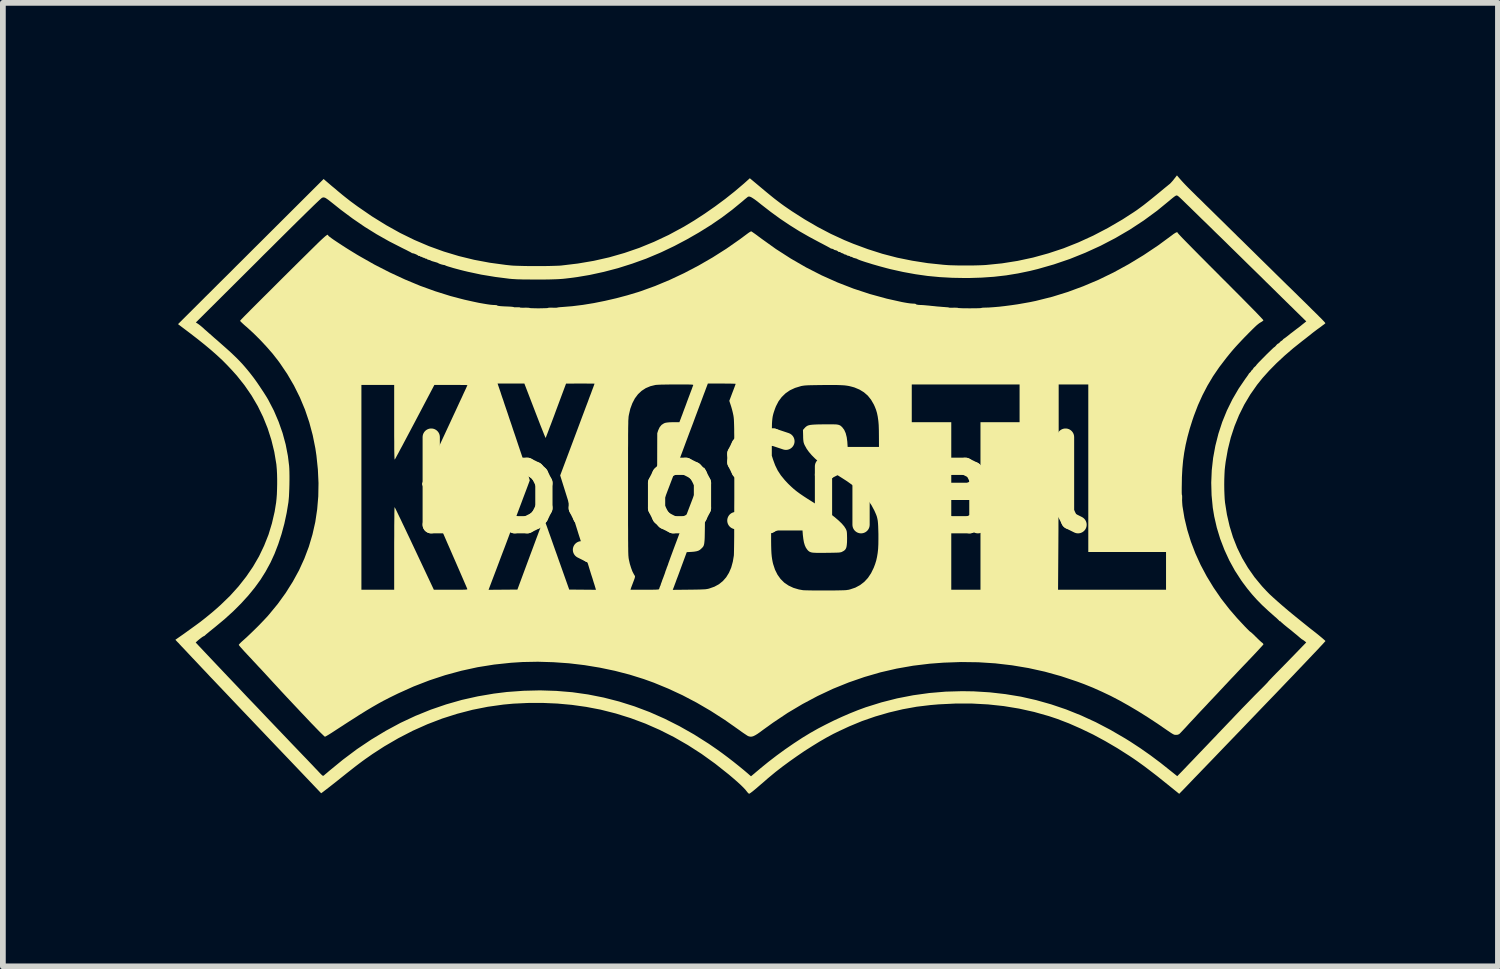
<source format=kicad_pcb>
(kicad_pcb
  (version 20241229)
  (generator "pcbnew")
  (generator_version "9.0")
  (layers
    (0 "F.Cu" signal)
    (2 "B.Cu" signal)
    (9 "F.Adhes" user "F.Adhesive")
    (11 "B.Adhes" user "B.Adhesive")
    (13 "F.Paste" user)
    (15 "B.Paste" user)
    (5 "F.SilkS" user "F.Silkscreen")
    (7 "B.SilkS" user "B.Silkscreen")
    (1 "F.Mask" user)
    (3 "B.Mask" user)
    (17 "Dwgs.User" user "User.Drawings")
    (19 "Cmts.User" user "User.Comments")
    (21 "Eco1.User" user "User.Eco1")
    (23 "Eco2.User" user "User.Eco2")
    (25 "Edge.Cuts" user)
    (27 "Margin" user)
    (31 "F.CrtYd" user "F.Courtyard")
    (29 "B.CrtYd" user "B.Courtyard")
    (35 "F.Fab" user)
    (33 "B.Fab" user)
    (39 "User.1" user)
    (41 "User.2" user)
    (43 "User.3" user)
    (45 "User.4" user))
  (footprint "LogoSmall"
    (layer "F.Cu")
    (at 10.001 5.386)
    (property "Reference" "LogoSmall" (at 0 0 0) (layer "F.SilkS") (effects (font (size 1.524 1.524) (thickness 0.3))))
    (attr board_only exclude_from_pos_files exclude_from_bom)
    (fp_poly (pts (xy 7.436 -5.363) (xy 7.466 -5.328) (xy 7.497 -5.293) (xy 7.53 -5.257) (xy 7.567 -5.218) (xy 7.609 -5.175) (xy 7.658 -5.126) (xy 7.716 -5.069) (xy 7.769 -5.016) (xy 7.809 -4.978) (xy 7.858 -4.93) (xy 7.915 -4.873) (xy 7.98 -4.81) (xy 8.05 -4.741) (xy 8.125 -4.667) (xy 8.203 -4.591) (xy 8.283 -4.512) (xy 8.363 -4.433) (xy 8.442 -4.356) (xy 8.465 -4.332) (xy 8.552 -4.248) (xy 8.645 -4.156) (xy 8.743 -4.06) (xy 8.843 -3.961) (xy 8.945 -3.861) (xy 9.045 -3.763) (xy 9.141 -3.668) (xy 9.233 -3.578) (xy 9.316 -3.496) (xy 9.372 -3.442) (xy 9.47 -3.346) (xy 9.557 -3.26) (xy 9.635 -3.184) (xy 9.703 -3.117) (xy 9.762 -3.058) (xy 9.813 -3.008) (xy 9.857 -2.965) (xy 9.893 -2.928) (xy 9.923 -2.899) (xy 9.947 -2.874) (xy 9.965 -2.855) (xy 9.979 -2.84) (xy 9.988 -2.829) (xy 9.994 -2.822) (xy 9.997 -2.817) (xy 9.998 -2.814) (xy 9.997 -2.814) (xy 9.99 -2.807) (xy 9.972 -2.793) (xy 9.946 -2.774) (xy 9.915 -2.75) (xy 9.901 -2.74) (xy 9.862 -2.712) (xy 9.822 -2.682) (xy 9.785 -2.654) (xy 9.757 -2.632) (xy 9.754 -2.629) (xy 9.728 -2.608) (xy 9.693 -2.581) (xy 9.654 -2.55) (xy 9.614 -2.519) (xy 9.602 -2.51) (xy 9.44 -2.381) (xy 9.288 -2.25) (xy 9.148 -2.12) (xy 9.021 -1.991) (xy 8.906 -1.863) (xy 8.811 -1.745) (xy 8.692 -1.575) (xy 8.587 -1.399) (xy 8.496 -1.216) (xy 8.418 -1.025) (xy 8.353 -0.827) (xy 8.302 -0.621) (xy 8.264 -0.406) (xy 8.254 -0.328) (xy 8.247 -0.262) (xy 8.243 -0.184) (xy 8.24 -0.099) (xy 8.239 -0.01) (xy 8.24 0.079) (xy 8.243 0.164) (xy 8.247 0.242) (xy 8.253 0.305) (xy 8.286 0.513) (xy 8.332 0.713) (xy 8.391 0.906) (xy 8.464 1.091) (xy 8.551 1.269) (xy 8.652 1.439) (xy 8.766 1.602) (xy 8.894 1.757) (xy 8.973 1.842) (xy 9.025 1.895) (xy 9.09 1.955) (xy 9.166 2.023) (xy 9.254 2.1) (xy 9.354 2.185) (xy 9.467 2.278) (xy 9.592 2.379) (xy 9.73 2.49) (xy 9.825 2.564) (xy 9.87 2.6) (xy 9.91 2.633) (xy 9.945 2.662) (xy 9.972 2.686) (xy 9.991 2.703) (xy 9.999 2.711) (xy 9.999 2.712) (xy 9.994 2.719) (xy 9.978 2.736) (xy 9.953 2.764) (xy 9.917 2.802) (xy 9.873 2.85) (xy 9.819 2.907) (xy 9.757 2.972) (xy 9.687 3.046) (xy 9.609 3.128) (xy 9.524 3.217) (xy 9.432 3.314) (xy 9.333 3.417) (xy 9.229 3.526) (xy 9.118 3.642) (xy 9.002 3.762) (xy 8.881 3.888) (xy 8.766 4.008) (xy 8.65 4.129) (xy 8.538 4.246) (xy 8.428 4.36) (xy 8.322 4.47) (xy 8.22 4.576) (xy 8.122 4.678) (xy 8.03 4.774) (xy 7.943 4.864) (xy 7.862 4.948) (xy 7.788 5.025) (xy 7.721 5.094) (xy 7.662 5.156) (xy 7.611 5.209) (xy 7.568 5.254) (xy 7.534 5.289) (xy 7.51 5.314) (xy 7.496 5.328) (xy 7.493 5.331) (xy 7.456 5.369) (xy 7.254 5.206) (xy 7.158 5.129) (xy 7.072 5.06) (xy 6.994 5) (xy 6.922 4.945) (xy 6.855 4.894) (xy 6.79 4.847) (xy 6.726 4.801) (xy 6.661 4.756) (xy 6.592 4.71) (xy 6.586 4.706) (xy 6.38 4.575) (xy 6.17 4.452) (xy 5.959 4.338) (xy 5.747 4.236) (xy 5.538 4.144) (xy 5.332 4.065) (xy 5.188 4.017) (xy 4.933 3.945) (xy 4.672 3.887) (xy 4.404 3.843) (xy 4.131 3.814) (xy 3.852 3.799) (xy 3.566 3.799) (xy 3.275 3.813) (xy 3.133 3.825) (xy 2.892 3.854) (xy 2.649 3.898) (xy 2.408 3.955) (xy 2.171 4.024) (xy 1.94 4.104) (xy 1.718 4.196) (xy 1.668 4.219) (xy 1.63 4.237) (xy 1.591 4.255) (xy 1.557 4.271) (xy 1.547 4.275) (xy 1.439 4.328) (xy 1.322 4.391) (xy 1.199 4.462) (xy 1.071 4.541) (xy 0.94 4.624) (xy 0.81 4.713) (xy 0.681 4.804) (xy 0.556 4.896) (xy 0.436 4.989) (xy 0.325 5.081) (xy 0.301 5.101) (xy 0.268 5.13) (xy 0.228 5.165) (xy 0.183 5.203) (xy 0.138 5.242) (xy 0.108 5.268) (xy 0.071 5.299) (xy 0.038 5.326) (xy 0.01 5.347) (xy -0.011 5.362) (xy -0.022 5.367) (xy -0.022 5.368) (xy -0.035 5.361) (xy -0.052 5.343) (xy -0.067 5.324) (xy -0.09 5.295) (xy -0.125 5.258) (xy -0.172 5.212) (xy -0.23 5.159) (xy -0.299 5.099) (xy -0.378 5.032) (xy -0.383 5.028) (xy -0.615 4.844) (xy -0.85 4.675) (xy -1.089 4.521) (xy -1.331 4.382) (xy -1.577 4.258) (xy -1.827 4.148) (xy -2.082 4.053) (xy -2.341 3.972) (xy -2.606 3.905) (xy -2.616 3.903) (xy -2.857 3.857) (xy -3.106 3.822) (xy -3.36 3.799) (xy -3.616 3.788) (xy -3.873 3.789) (xy -4.126 3.801) (xy -4.297 3.817) (xy -4.568 3.855) (xy -4.835 3.908) (xy -5.1 3.977) (xy -5.361 4.06) (xy -5.619 4.159) (xy -5.872 4.272) (xy -6.122 4.401) (xy -6.368 4.544) (xy -6.575 4.678) (xy -6.636 4.721) (xy -6.695 4.762) (xy -6.753 4.804) (xy -6.813 4.849) (xy -6.876 4.897) (xy -6.946 4.952) (xy -7.025 5.014) (xy -7.051 5.035) (xy -7.129 5.097) (xy -7.2 5.154) (xy -7.265 5.205) (xy -7.321 5.249) (xy -7.369 5.286) (xy -7.407 5.315) (xy -7.434 5.336) (xy -7.442 5.342) (xy -7.466 5.359) (xy -8.044 4.752) (xy -8.196 4.593) (xy -8.338 4.444) (xy -8.47 4.305) (xy -8.593 4.176) (xy -8.708 4.055) (xy -8.815 3.943) (xy -8.915 3.838) (xy -9.008 3.74) (xy -9.095 3.648) (xy -9.177 3.562) (xy -9.254 3.481) (xy -9.327 3.404) (xy -9.397 3.331) (xy -9.463 3.26) (xy -9.527 3.193) (xy -9.589 3.127) (xy -9.65 3.062) (xy -9.711 2.998) (xy -9.771 2.934) (xy -9.832 2.869) (xy -9.895 2.803) (xy -9.955 2.738) (xy -9.648 2.738) (xy -9.459 2.938) (xy -9.27 3.138) (xy -9.09 3.328) (xy -8.915 3.512) (xy -8.746 3.691) (xy -8.578 3.866) (xy -8.411 4.042) (xy -8.243 4.218) (xy -8.07 4.399) (xy -8.067 4.402) (xy -7.992 4.481) (xy -7.919 4.557) (xy -7.849 4.63) (xy -7.782 4.7) (xy -7.72 4.764) (xy -7.664 4.823) (xy -7.614 4.875) (xy -7.572 4.92) (xy -7.537 4.956) (xy -7.512 4.983) (xy -7.496 5) (xy -7.494 5.002) (xy -7.468 5.029) (xy -7.45 5.046) (xy -7.437 5.055) (xy -7.429 5.056) (xy -7.424 5.053) (xy -7.413 5.045) (xy -7.394 5.028) (xy -7.367 5.006) (xy -7.337 4.98) (xy -7.329 4.973) (xy -7.087 4.775) (xy -6.843 4.592) (xy -6.594 4.425) (xy -6.342 4.273) (xy -6.086 4.135) (xy -5.825 4.013) (xy -5.561 3.906) (xy -5.293 3.814) (xy -5.02 3.736) (xy -4.743 3.674) (xy -4.462 3.626) (xy -4.235 3.598) (xy -3.945 3.577) (xy -3.659 3.57) (xy -3.377 3.579) (xy -3.099 3.602) (xy -2.824 3.641) (xy -2.552 3.695) (xy -2.283 3.764) (xy -2.017 3.848) (xy -1.754 3.947) (xy -1.494 4.062) (xy -1.236 4.192) (xy -0.98 4.337) (xy -0.726 4.498) (xy -0.578 4.6) (xy -0.488 4.665) (xy -0.393 4.736) (xy -0.296 4.811) (xy -0.202 4.886) (xy -0.114 4.958) (xy -0.048 5.014) (xy 0.009 5.064) (xy 0.031 5.046) (xy 0.044 5.035) (xy 0.066 5.017) (xy 0.096 4.991) (xy 0.131 4.962) (xy 0.17 4.929) (xy 0.177 4.923) (xy 0.311 4.814) (xy 0.454 4.704) (xy 0.602 4.596) (xy 0.753 4.492) (xy 0.901 4.395) (xy 1.044 4.308) (xy 1.055 4.302) (xy 1.177 4.233) (xy 1.31 4.164) (xy 1.449 4.095) (xy 1.59 4.03) (xy 1.731 3.969) (xy 1.868 3.914) (xy 1.996 3.867) (xy 2.004 3.864) (xy 2.276 3.779) (xy 2.551 3.709) (xy 2.829 3.655) (xy 3.11 3.616) (xy 3.393 3.592) (xy 3.679 3.584) (xy 3.883 3.587) (xy 4.16 3.604) (xy 4.433 3.635) (xy 4.702 3.679) (xy 4.967 3.739) (xy 5.229 3.813) (xy 5.489 3.901) (xy 5.748 4.005) (xy 6.005 4.123) (xy 6.261 4.257) (xy 6.517 4.406) (xy 6.607 4.462) (xy 6.782 4.577) (xy 6.956 4.699) (xy 7.131 4.83) (xy 7.283 4.951) (xy 7.422 5.062) (xy 7.511 4.971) (xy 7.529 4.952) (xy 7.557 4.923) (xy 7.594 4.884) (xy 7.639 4.837) (xy 7.692 4.782) (xy 7.75 4.721) (xy 7.814 4.654) (xy 7.883 4.582) (xy 7.955 4.507) (xy 8.029 4.429) (xy 8.106 4.349) (xy 8.125 4.328) (xy 8.218 4.231) (xy 8.301 4.144) (xy 8.375 4.067) (xy 8.44 3.998) (xy 8.499 3.937) (xy 8.55 3.883) (xy 8.596 3.836) (xy 8.638 3.793) (xy 8.675 3.755) (xy 8.709 3.72) (xy 8.74 3.688) (xy 8.77 3.657) (xy 8.8 3.627) (xy 8.83 3.597) (xy 8.86 3.567) (xy 8.893 3.534) (xy 8.899 3.528) (xy 8.931 3.496) (xy 8.959 3.467) (xy 8.981 3.444) (xy 8.996 3.428) (xy 9.001 3.422) (xy 9.006 3.415) (xy 9.021 3.399) (xy 9.044 3.374) (xy 9.073 3.344) (xy 9.108 3.308) (xy 9.135 3.28) (xy 9.175 3.24) (xy 9.222 3.192) (xy 9.276 3.137) (xy 9.332 3.08) (xy 9.389 3.021) (xy 9.444 2.965) (xy 9.468 2.94) (xy 9.665 2.736) (xy 9.636 2.712) (xy 9.617 2.698) (xy 9.604 2.689) (xy 9.6 2.688) (xy 9.592 2.683) (xy 9.575 2.67) (xy 9.552 2.651) (xy 9.53 2.632) (xy 9.502 2.608) (xy 9.465 2.578) (xy 9.424 2.544) (xy 9.38 2.508) (xy 9.348 2.483) (xy 9.311 2.453) (xy 9.278 2.426) (xy 9.252 2.403) (xy 9.233 2.387) (xy 9.225 2.378) (xy 9.225 2.378) (xy 9.213 2.368) (xy 9.207 2.367) (xy 9.197 2.363) (xy 9.196 2.36) (xy 9.19 2.353) (xy 9.175 2.338) (xy 9.152 2.316) (xy 9.123 2.291) (xy 9.116 2.285) (xy 9.001 2.183) (xy 8.898 2.087) (xy 8.805 1.992) (xy 8.719 1.896) (xy 8.639 1.798) (xy 8.561 1.694) (xy 8.534 1.656) (xy 8.425 1.488) (xy 8.327 1.31) (xy 8.242 1.125) (xy 8.169 0.935) (xy 8.11 0.741) (xy 8.065 0.545) (xy 8.04 0.395) (xy 8.019 0.176) (xy 8.013 -0.042) (xy 8.022 -0.258) (xy 8.046 -0.473) (xy 8.085 -0.685) (xy 8.138 -0.894) (xy 8.205 -1.099) (xy 8.286 -1.298) (xy 8.381 -1.491) (xy 8.49 -1.678) (xy 8.612 -1.857) (xy 8.615 -1.86) (xy 8.635 -1.888) (xy 8.652 -1.912) (xy 8.662 -1.928) (xy 8.665 -1.933) (xy 8.67 -1.942) (xy 8.684 -1.954) (xy 8.684 -1.955) (xy 8.698 -1.968) (xy 8.704 -1.978) (xy 8.704 -1.978) (xy 8.709 -1.988) (xy 8.723 -2.001) (xy 8.723 -2.002) (xy 8.737 -2.015) (xy 8.743 -2.026) (xy 8.743 -2.026) (xy 8.748 -2.036) (xy 8.763 -2.051) (xy 8.77 -2.057) (xy 8.787 -2.072) (xy 8.796 -2.084) (xy 8.797 -2.087) (xy 8.803 -2.094) (xy 8.818 -2.111) (xy 8.84 -2.135) (xy 8.869 -2.164) (xy 8.902 -2.198) (xy 8.937 -2.233) (xy 8.973 -2.27) (xy 9.008 -2.304) (xy 9.041 -2.336) (xy 9.069 -2.363) (xy 9.091 -2.384) (xy 9.105 -2.396) (xy 9.11 -2.399) (xy 9.118 -2.404) (xy 9.133 -2.419) (xy 9.142 -2.43) (xy 9.158 -2.448) (xy 9.172 -2.459) (xy 9.177 -2.461) (xy 9.188 -2.467) (xy 9.203 -2.48) (xy 9.206 -2.485) (xy 9.221 -2.5) (xy 9.232 -2.508) (xy 9.234 -2.508) (xy 9.244 -2.514) (xy 9.257 -2.527) (xy 9.257 -2.527) (xy 9.269 -2.541) (xy 9.278 -2.547) (xy 9.278 -2.547) (xy 9.286 -2.552) (xy 9.303 -2.564) (xy 9.328 -2.583) (xy 9.355 -2.604) (xy 9.389 -2.632) (xy 9.425 -2.659) (xy 9.456 -2.683) (xy 9.473 -2.696) (xy 9.499 -2.716) (xy 9.533 -2.741) (xy 9.569 -2.769) (xy 9.593 -2.789) (xy 9.666 -2.847) (xy 9.57 -2.941) (xy 9.55 -2.961) (xy 9.52 -2.99) (xy 9.48 -3.029) (xy 9.433 -3.076) (xy 9.378 -3.129) (xy 9.317 -3.189) (xy 9.251 -3.254) (xy 9.181 -3.323) (xy 9.107 -3.396) (xy 9.032 -3.47) (xy 8.965 -3.535) (xy 8.887 -3.613) (xy 8.804 -3.694) (xy 8.718 -3.778) (xy 8.629 -3.865) (xy 8.539 -3.954) (xy 8.447 -4.044) (xy 8.355 -4.134) (xy 8.264 -4.224) (xy 8.174 -4.312) (xy 8.085 -4.398) (xy 8 -4.482) (xy 7.918 -4.562) (xy 7.84 -4.637) (xy 7.768 -4.708) (xy 7.701 -4.773) (xy 7.641 -4.832) (xy 7.588 -4.883) (xy 7.544 -4.926) (xy 7.508 -4.961) (xy 7.482 -4.986) (xy 7.467 -5) (xy 7.443 -5.021) (xy 7.426 -5.033) (xy 7.413 -5.037) (xy 7.404 -5.036) (xy 7.391 -5.03) (xy 7.369 -5.015) (xy 7.341 -4.993) (xy 7.309 -4.967) (xy 7.293 -4.953) (xy 7.072 -4.772) (xy 6.84 -4.602) (xy 6.598 -4.443) (xy 6.348 -4.297) (xy 6.089 -4.162) (xy 5.824 -4.041) (xy 5.553 -3.932) (xy 5.277 -3.838) (xy 4.998 -3.758) (xy 4.86 -3.724) (xy 4.653 -3.681) (xy 4.446 -3.647) (xy 4.236 -3.623) (xy 4.019 -3.608) (xy 3.793 -3.601) (xy 3.735 -3.601) (xy 3.509 -3.605) (xy 3.293 -3.617) (xy 3.081 -3.637) (xy 2.87 -3.667) (xy 2.656 -3.706) (xy 2.435 -3.755) (xy 2.424 -3.758) (xy 2.369 -3.772) (xy 2.31 -3.788) (xy 2.247 -3.805) (xy 2.184 -3.823) (xy 2.121 -3.841) (xy 2.061 -3.86) (xy 2.005 -3.877) (xy 1.956 -3.893) (xy 1.915 -3.907) (xy 1.884 -3.919) (xy 1.864 -3.927) (xy 1.859 -3.931) (xy 1.85 -3.936) (xy 1.83 -3.942) (xy 1.814 -3.946) (xy 1.792 -3.952) (xy 1.777 -3.958) (xy 1.774 -3.962) (xy 1.767 -3.967) (xy 1.754 -3.969) (xy 1.739 -3.971) (xy 1.734 -3.976) (xy 1.728 -3.981) (xy 1.71 -3.986) (xy 1.703 -3.988) (xy 1.684 -3.992) (xy 1.673 -3.998) (xy 1.672 -4) (xy 1.665 -4.006) (xy 1.653 -4.008) (xy 1.633 -4.013) (xy 1.622 -4.02) (xy 1.607 -4.03) (xy 1.598 -4.031) (xy 1.582 -4.037) (xy 1.573 -4.043) (xy 1.556 -4.053) (xy 1.543 -4.055) (xy 1.528 -4.057) (xy 1.524 -4.061) (xy 1.517 -4.069) (xy 1.502 -4.078) (xy 1.483 -4.084) (xy 1.472 -4.086) (xy 1.457 -4.091) (xy 1.448 -4.098) (xy 1.431 -4.107) (xy 1.418 -4.11) (xy 1.399 -4.114) (xy 1.389 -4.12) (xy 1.38 -4.126) (xy 1.358 -4.138) (xy 1.327 -4.155) (xy 1.287 -4.176) (xy 1.242 -4.2) (xy 1.203 -4.22) (xy 1.022 -4.317) (xy 0.849 -4.416) (xy 0.683 -4.52) (xy 0.519 -4.63) (xy 0.354 -4.75) (xy 0.185 -4.881) (xy 0.174 -4.89) (xy 0.12 -4.933) (xy 0.076 -4.966) (xy 0.04 -4.99) (xy 0.012 -5.007) (xy -0.01 -5.016) (xy -0.027 -5.018) (xy -0.041 -5.015) (xy -0.044 -5.014) (xy -0.054 -5.006) (xy -0.074 -4.99) (xy -0.101 -4.968) (xy -0.132 -4.941) (xy -0.15 -4.926) (xy -0.318 -4.788) (xy -0.499 -4.652) (xy -0.692 -4.52) (xy -0.896 -4.393) (xy -1.107 -4.272) (xy -1.325 -4.157) (xy -1.547 -4.051) (xy -1.581 -4.036) (xy -1.814 -3.938) (xy -2.056 -3.851) (xy -2.302 -3.773) (xy -2.55 -3.708) (xy -2.798 -3.654) (xy -3.012 -3.618) (xy -3.083 -3.608) (xy -3.147 -3.6) (xy -3.206 -3.593) (xy -3.261 -3.587) (xy -3.317 -3.583) (xy -3.375 -3.58) (xy -3.438 -3.578) (xy -3.507 -3.576) (xy -3.587 -3.575) (xy -3.679 -3.575) (xy -3.715 -3.575) (xy -3.808 -3.575) (xy -3.886 -3.576) (xy -3.954 -3.576) (xy -4.011 -3.578) (xy -4.06 -3.579) (xy -4.104 -3.582) (xy -4.144 -3.584) (xy -4.182 -3.588) (xy -4.188 -3.588) (xy -4.438 -3.62) (xy -4.681 -3.66) (xy -4.915 -3.71) (xy -4.986 -3.727) (xy -5.049 -3.743) (xy -5.109 -3.759) (xy -5.165 -3.774) (xy -5.214 -3.789) (xy -5.255 -3.801) (xy -5.286 -3.811) (xy -5.304 -3.819) (xy -5.309 -3.821) (xy -5.322 -3.827) (xy -5.333 -3.828) (xy -5.349 -3.831) (xy -5.373 -3.837) (xy -5.398 -3.845) (xy -5.418 -3.853) (xy -5.43 -3.86) (xy -5.43 -3.86) (xy -5.439 -3.865) (xy -5.459 -3.872) (xy -5.487 -3.88) (xy -5.496 -3.883) (xy -5.526 -3.891) (xy -5.549 -3.899) (xy -5.561 -3.905) (xy -5.563 -3.906) (xy -5.572 -3.911) (xy -5.591 -3.916) (xy -5.596 -3.917) (xy -5.615 -3.923) (xy -5.625 -3.929) (xy -5.625 -3.93) (xy -5.632 -3.936) (xy -5.645 -3.938) (xy -5.66 -3.94) (xy -5.664 -3.946) (xy -5.671 -3.951) (xy -5.684 -3.953) (xy -5.699 -3.956) (xy -5.703 -3.961) (xy -5.71 -3.967) (xy -5.723 -3.969) (xy -5.738 -3.972) (xy -5.743 -3.977) (xy -5.749 -3.983) (xy -5.762 -3.985) (xy -5.777 -3.987) (xy -5.782 -3.991) (xy -5.788 -3.998) (xy -5.805 -4.007) (xy -5.827 -4.017) (xy -5.85 -4.026) (xy -5.869 -4.031) (xy -5.876 -4.031) (xy -5.889 -4.035) (xy -5.892 -4.038) (xy -5.9 -4.043) (xy -5.919 -4.054) (xy -5.949 -4.069) (xy -5.987 -4.089) (xy -6.03 -4.11) (xy -6.058 -4.124) (xy -6.283 -4.239) (xy -6.499 -4.361) (xy -6.71 -4.492) (xy -6.917 -4.634) (xy -7.124 -4.788) (xy -7.258 -4.895) (xy -7.305 -4.932) (xy -7.342 -4.961) (xy -7.371 -4.981) (xy -7.393 -4.995) (xy -7.411 -5.001) (xy -7.426 -5.003) (xy -7.441 -5) (xy -7.453 -4.995) (xy -7.462 -4.988) (xy -7.48 -4.972) (xy -7.508 -4.946) (xy -7.546 -4.91) (xy -7.593 -4.865) (xy -7.65 -4.809) (xy -7.717 -4.744) (xy -7.794 -4.668) (xy -7.882 -4.582) (xy -7.98 -4.485) (xy -8.088 -4.378) (xy -8.207 -4.26) (xy -8.336 -4.131) (xy -8.477 -3.992) (xy -8.564 -3.904) (xy -9.645 -2.828) (xy -9.61 -2.806) (xy -9.589 -2.791) (xy -9.561 -2.769) (xy -9.53 -2.743) (xy -9.512 -2.727) (xy -9.49 -2.706) (xy -9.457 -2.678) (xy -9.418 -2.643) (xy -9.373 -2.604) (xy -9.326 -2.562) (xy -9.278 -2.521) (xy -9.278 -2.521) (xy -9.191 -2.444) (xy -9.114 -2.376) (xy -9.046 -2.315) (xy -8.987 -2.259) (xy -8.933 -2.207) (xy -8.884 -2.157) (xy -8.838 -2.108) (xy -8.795 -2.059) (xy -8.751 -2.007) (xy -8.707 -1.953) (xy -8.678 -1.916) (xy -8.638 -1.864) (xy -8.594 -1.803) (xy -8.548 -1.736) (xy -8.502 -1.667) (xy -8.458 -1.6) (xy -8.418 -1.537) (xy -8.386 -1.483) (xy -8.384 -1.479) (xy -8.288 -1.294) (xy -8.206 -1.102) (xy -8.137 -0.906) (xy -8.083 -0.707) (xy -8.044 -0.505) (xy -8.023 -0.334) (xy -8.02 -0.287) (xy -8.018 -0.229) (xy -8.017 -0.161) (xy -8.017 -0.088) (xy -8.018 -0.012) (xy -8.02 0.063) (xy -8.023 0.135) (xy -8.026 0.201) (xy -8.031 0.256) (xy -8.035 0.297) (xy -8.066 0.485) (xy -8.106 0.671) (xy -8.155 0.852) (xy -8.212 1.027) (xy -8.276 1.193) (xy -8.346 1.346) (xy -8.353 1.359) (xy -8.432 1.504) (xy -8.521 1.646) (xy -8.622 1.785) (xy -8.734 1.922) (xy -8.858 2.058) (xy -8.995 2.195) (xy -9.146 2.332) (xy -9.312 2.47) (xy -9.368 2.515) (xy -9.404 2.544) (xy -9.436 2.571) (xy -9.462 2.592) (xy -9.48 2.608) (xy -9.487 2.615) (xy -9.498 2.624) (xy -9.502 2.625) (xy -9.513 2.63) (xy -9.533 2.642) (xy -9.557 2.66) (xy -9.583 2.68) (xy -9.607 2.7) (xy -9.623 2.714) (xy -9.648 2.738) (xy -9.955 2.738) (xy -9.959 2.734) (xy -9.96 2.734) (xy -10.001 2.69) (xy -9.858 2.59) (xy -9.751 2.513) (xy -9.654 2.443) (xy -9.567 2.379) (xy -9.488 2.317) (xy -9.414 2.257) (xy -9.343 2.198) (xy -9.273 2.137) (xy -9.213 2.083) (xy -9.05 1.925) (xy -8.903 1.762) (xy -8.77 1.593) (xy -8.651 1.419) (xy -8.547 1.24) (xy -8.458 1.054) (xy -8.382 0.863) (xy -8.322 0.666) (xy -8.275 0.463) (xy -8.249 0.303) (xy -8.242 0.237) (xy -8.236 0.159) (xy -8.233 0.073) (xy -8.231 -0.016) (xy -8.231 -0.106) (xy -8.233 -0.192) (xy -8.237 -0.272) (xy -8.243 -0.341) (xy -8.245 -0.363) (xy -8.281 -0.578) (xy -8.332 -0.786) (xy -8.397 -0.989) (xy -8.476 -1.185) (xy -8.569 -1.375) (xy -8.677 -1.559) (xy -8.799 -1.736) (xy -8.935 -1.907) (xy -8.938 -1.91) (xy -9.017 -1.998) (xy -9.099 -2.085) (xy -9.185 -2.172) (xy -9.279 -2.259) (xy -9.38 -2.348) (xy -9.49 -2.44) (xy -9.611 -2.537) (xy -9.743 -2.639) (xy -9.796 -2.679) (xy -9.955 -2.799) (xy -9.675 -3.078) (xy -9.639 -3.114) (xy -9.593 -3.16) (xy -9.537 -3.216) (xy -9.472 -3.281) (xy -9.399 -3.353) (xy -9.32 -3.432) (xy -9.234 -3.518) (xy -9.142 -3.609) (xy -9.045 -3.705) (xy -8.945 -3.806) (xy -8.841 -3.909) (xy -8.735 -4.015) (xy -8.628 -4.122) (xy -8.519 -4.23) (xy -8.411 -4.338) (xy -8.409 -4.34) (xy -7.423 -5.323) (xy -7.392 -5.296) (xy -7.336 -5.248) (xy -7.28 -5.2) (xy -7.225 -5.155) (xy -7.175 -5.112) (xy -7.13 -5.075) (xy -7.093 -5.044) (xy -7.065 -5.022) (xy -7.063 -5.02) (xy -7.021 -4.987) (xy -6.988 -4.961) (xy -6.96 -4.939) (xy -6.933 -4.919) (xy -6.904 -4.898) (xy -6.869 -4.872) (xy -6.829 -4.843) (xy -6.585 -4.675) (xy -6.34 -4.523) (xy -6.093 -4.385) (xy -5.844 -4.263) (xy -5.591 -4.155) (xy -5.334 -4.062) (xy -5.072 -3.983) (xy -4.806 -3.918) (xy -4.534 -3.867) (xy -4.255 -3.829) (xy -4.16 -3.819) (xy -4.119 -3.816) (xy -4.064 -3.814) (xy -3.998 -3.812) (xy -3.924 -3.81) (xy -3.844 -3.809) (xy -3.76 -3.809) (xy -3.675 -3.809) (xy -3.592 -3.809) (xy -3.513 -3.81) (xy -3.439 -3.812) (xy -3.375 -3.814) (xy -3.321 -3.816) (xy -3.285 -3.819) (xy -3.002 -3.853) (xy -2.725 -3.9) (xy -2.456 -3.961) (xy -2.191 -4.037) (xy -1.932 -4.126) (xy -1.676 -4.231) (xy -1.423 -4.35) (xy -1.173 -4.485) (xy -1.155 -4.495) (xy -0.979 -4.601) (xy -0.799 -4.718) (xy -0.618 -4.844) (xy -0.441 -4.975) (xy -0.27 -5.111) (xy -0.11 -5.247) (xy -0.031 -5.318) (xy -0.011 -5.336) (xy 0.196 -5.163) (xy 0.276 -5.096) (xy 0.347 -5.038) (xy 0.411 -4.986) (xy 0.471 -4.94) (xy 0.529 -4.896) (xy 0.587 -4.854) (xy 0.648 -4.812) (xy 0.714 -4.767) (xy 0.715 -4.766) (xy 0.942 -4.621) (xy 1.169 -4.489) (xy 1.398 -4.369) (xy 1.632 -4.261) (xy 1.787 -4.197) (xy 2.041 -4.103) (xy 2.295 -4.022) (xy 2.552 -3.955) (xy 2.814 -3.902) (xy 3.082 -3.86) (xy 3.359 -3.831) (xy 3.399 -3.828) (xy 3.454 -3.824) (xy 3.521 -3.822) (xy 3.598 -3.82) (xy 3.681 -3.819) (xy 3.766 -3.819) (xy 3.85 -3.819) (xy 3.931 -3.821) (xy 4.004 -3.823) (xy 4.067 -3.826) (xy 4.098 -3.828) (xy 4.374 -3.856) (xy 4.646 -3.899) (xy 4.915 -3.957) (xy 5.18 -4.03) (xy 5.443 -4.117) (xy 5.702 -4.22) (xy 5.96 -4.338) (xy 6.215 -4.471) (xy 6.469 -4.619) (xy 6.664 -4.745) (xy 6.719 -4.782) (xy 6.775 -4.823) (xy 6.836 -4.868) (xy 6.902 -4.92) (xy 6.976 -4.979) (xy 7.058 -5.046) (xy 7.097 -5.078) (xy 7.143 -5.116) (xy 7.185 -5.151) (xy 7.223 -5.182) (xy 7.254 -5.207) (xy 7.277 -5.226) (xy 7.29 -5.236) (xy 7.291 -5.237) (xy 7.305 -5.25) (xy 7.325 -5.272) (xy 7.349 -5.299) (xy 7.365 -5.32) (xy 7.417 -5.386)) (stroke (width 0) (type solid)) (fill yes) (layer "F.SilkS"))
    (fp_poly (pts (xy 0.024 -4.407) (xy 0.044 -4.393) (xy 0.073 -4.373) (xy 0.109 -4.347) (xy 0.15 -4.316) (xy 0.188 -4.288) (xy 0.442 -4.106) (xy 0.702 -3.939) (xy 0.967 -3.786) (xy 1.237 -3.648) (xy 1.512 -3.525) (xy 1.793 -3.416) (xy 2.079 -3.322) (xy 2.371 -3.242) (xy 2.636 -3.183) (xy 2.685 -3.174) (xy 2.732 -3.166) (xy 2.775 -3.16) (xy 2.808 -3.157) (xy 2.826 -3.156) (xy 2.852 -3.155) (xy 2.869 -3.152) (xy 2.875 -3.149) (xy 2.882 -3.142) (xy 2.902 -3.137) (xy 2.93 -3.133) (xy 2.964 -3.132) (xy 2.964 -3.132) (xy 2.985 -3.131) (xy 3.018 -3.129) (xy 3.06 -3.125) (xy 3.106 -3.121) (xy 3.141 -3.117) (xy 3.194 -3.112) (xy 3.249 -3.106) (xy 3.302 -3.102) (xy 3.347 -3.098) (xy 3.365 -3.097) (xy 3.4 -3.094) (xy 3.429 -3.092) (xy 3.447 -3.089) (xy 3.453 -3.087) (xy 3.461 -3.085) (xy 3.48 -3.084) (xy 3.509 -3.084) (xy 3.531 -3.085) (xy 3.564 -3.085) (xy 3.59 -3.084) (xy 3.606 -3.083) (xy 3.61 -3.081) (xy 3.617 -3.079) (xy 3.638 -3.078) (xy 3.671 -3.076) (xy 3.713 -3.075) (xy 3.762 -3.075) (xy 3.813 -3.074) (xy 3.867 -3.075) (xy 3.916 -3.075) (xy 3.958 -3.076) (xy 3.989 -3.077) (xy 4.009 -3.079) (xy 4.016 -3.08) (xy 4.023 -3.083) (xy 4.042 -3.085) (xy 4.068 -3.086) (xy 4.069 -3.086) (xy 4.142 -3.088) (xy 4.228 -3.094) (xy 4.324 -3.102) (xy 4.427 -3.114) (xy 4.535 -3.128) (xy 4.645 -3.144) (xy 4.754 -3.163) (xy 4.861 -3.182) (xy 4.962 -3.203) (xy 4.978 -3.207) (xy 5.249 -3.275) (xy 5.519 -3.359) (xy 5.787 -3.458) (xy 6.054 -3.571) (xy 6.317 -3.699) (xy 6.578 -3.842) (xy 6.835 -3.998) (xy 7.088 -4.167) (xy 7.319 -4.337) (xy 7.36 -4.368) (xy 7.392 -4.388) (xy 7.413 -4.397) (xy 7.426 -4.396) (xy 7.43 -4.386) (xy 7.43 -4.385) (xy 7.436 -4.378) (xy 7.452 -4.36) (xy 7.477 -4.333) (xy 7.512 -4.296) (xy 7.556 -4.251) (xy 7.608 -4.198) (xy 7.668 -4.137) (xy 7.734 -4.07) (xy 7.807 -3.996) (xy 7.886 -3.917) (xy 7.969 -3.833) (xy 8.058 -3.744) (xy 8.15 -3.652) (xy 8.177 -3.624) (xy 8.297 -3.505) (xy 8.405 -3.396) (xy 8.502 -3.299) (xy 8.589 -3.211) (xy 8.665 -3.134) (xy 8.731 -3.067) (xy 8.787 -3.01) (xy 8.833 -2.962) (xy 8.869 -2.924) (xy 8.895 -2.896) (xy 8.912 -2.877) (xy 8.92 -2.867) (xy 8.92 -2.865) (xy 8.911 -2.855) (xy 8.893 -2.842) (xy 8.869 -2.828) (xy 8.851 -2.817) (xy 8.83 -2.801) (xy 8.803 -2.779) (xy 8.771 -2.749) (xy 8.731 -2.71) (xy 8.682 -2.661) (xy 8.663 -2.642) (xy 8.594 -2.572) (xy 8.535 -2.51) (xy 8.482 -2.454) (xy 8.434 -2.401) (xy 8.388 -2.349) (xy 8.342 -2.294) (xy 8.295 -2.236) (xy 8.278 -2.215) (xy 8.154 -2.053) (xy 8.044 -1.892) (xy 7.947 -1.729) (xy 7.86 -1.562) (xy 7.782 -1.389) (xy 7.712 -1.206) (xy 7.687 -1.133) (xy 7.639 -0.981) (xy 7.6 -0.838) (xy 7.568 -0.7) (xy 7.543 -0.565) (xy 7.524 -0.429) (xy 7.511 -0.287) (xy 7.503 -0.137) (xy 7.502 -0.068) (xy 7.501 -0.008) (xy 7.5 0.046) (xy 7.5 0.093) (xy 7.5 0.131) (xy 7.501 0.157) (xy 7.503 0.171) (xy 7.503 0.172) (xy 7.506 0.179) (xy 7.507 0.198) (xy 7.507 0.225) (xy 7.507 0.229) (xy 7.506 0.262) (xy 7.508 0.304) (xy 7.511 0.347) (xy 7.513 0.367) (xy 7.547 0.573) (xy 7.596 0.778) (xy 7.659 0.983) (xy 7.737 1.187) (xy 7.829 1.389) (xy 7.935 1.588) (xy 8.054 1.783) (xy 8.185 1.974) (xy 8.329 2.159) (xy 8.462 2.313) (xy 8.511 2.366) (xy 8.557 2.415) (xy 8.598 2.459) (xy 8.633 2.495) (xy 8.662 2.524) (xy 8.683 2.544) (xy 8.696 2.554) (xy 8.698 2.555) (xy 8.705 2.56) (xy 8.722 2.575) (xy 8.745 2.596) (xy 8.773 2.623) (xy 8.784 2.635) (xy 8.816 2.666) (xy 8.846 2.695) (xy 8.872 2.719) (xy 8.89 2.735) (xy 8.894 2.737) (xy 8.911 2.752) (xy 8.92 2.765) (xy 8.921 2.77) (xy 8.915 2.777) (xy 8.9 2.795) (xy 8.875 2.822) (xy 8.843 2.857) (xy 8.805 2.898) (xy 8.76 2.946) (xy 8.711 2.998) (xy 8.658 3.053) (xy 8.641 3.072) (xy 8.582 3.133) (xy 8.523 3.195) (xy 8.465 3.256) (xy 8.41 3.315) (xy 8.359 3.368) (xy 8.314 3.416) (xy 8.277 3.456) (xy 8.25 3.484) (xy 8.217 3.52) (xy 8.175 3.564) (xy 8.128 3.615) (xy 8.076 3.67) (xy 8.022 3.727) (xy 7.969 3.783) (xy 7.938 3.817) (xy 7.885 3.873) (xy 7.829 3.932) (xy 7.773 3.992) (xy 7.719 4.051) (xy 7.668 4.105) (xy 7.625 4.151) (xy 7.606 4.172) (xy 7.569 4.213) (xy 7.534 4.25) (xy 7.504 4.282) (xy 7.48 4.307) (xy 7.463 4.324) (xy 7.456 4.33) (xy 7.432 4.341) (xy 7.401 4.344) (xy 7.385 4.343) (xy 7.37 4.341) (xy 7.355 4.334) (xy 7.335 4.323) (xy 7.308 4.306) (xy 7.272 4.281) (xy 7.265 4.277) (xy 7.082 4.151) (xy 6.907 4.036) (xy 6.739 3.931) (xy 6.577 3.835) (xy 6.42 3.747) (xy 6.265 3.666) (xy 6.111 3.593) (xy 5.957 3.524) (xy 5.801 3.461) (xy 5.679 3.416) (xy 5.401 3.323) (xy 5.12 3.245) (xy 4.836 3.182) (xy 4.549 3.134) (xy 4.257 3.1) (xy 3.962 3.081) (xy 3.661 3.077) (xy 3.356 3.088) (xy 3.117 3.106) (xy 2.829 3.141) (xy 2.544 3.191) (xy 2.262 3.256) (xy 1.983 3.337) (xy 1.708 3.432) (xy 1.436 3.542) (xy 1.168 3.668) (xy 0.905 3.808) (xy 0.646 3.962) (xy 0.392 4.132) (xy 0.221 4.255) (xy 0.166 4.296) (xy 0.12 4.328) (xy 0.082 4.351) (xy 0.051 4.366) (xy 0.024 4.374) (xy -0.000148 4.375) (xy -0.023 4.371) (xy -0.041 4.365) (xy -0.055 4.357) (xy -0.079 4.341) (xy -0.111 4.32) (xy -0.149 4.294) (xy -0.19 4.264) (xy -0.2 4.257) (xy -0.446 4.084) (xy -0.692 3.926) (xy -0.937 3.783) (xy -1.183 3.654) (xy -1.431 3.539) (xy -1.681 3.436) (xy -1.856 3.373) (xy -2.102 3.296) (xy -2.357 3.23) (xy -2.619 3.175) (xy -2.886 3.131) (xy -3.156 3.099) (xy -3.427 3.08) (xy -3.697 3.072) (xy -3.963 3.077) (xy -4.165 3.09) (xy -4.457 3.121) (xy -4.745 3.167) (xy -5.028 3.229) (xy -5.308 3.305) (xy -5.584 3.396) (xy -5.858 3.502) (xy -6.129 3.624) (xy -6.229 3.673) (xy -6.284 3.7) (xy -6.334 3.726) (xy -6.383 3.751) (xy -6.429 3.776) (xy -6.476 3.802) (xy -6.523 3.829) (xy -6.572 3.857) (xy -6.624 3.888) (xy -6.681 3.922) (xy -6.742 3.96) (xy -6.81 4.002) (xy -6.884 4.05) (xy -6.968 4.103) (xy -7.061 4.163) (xy -7.164 4.23) (xy -7.279 4.305) (xy -7.306 4.322) (xy -7.338 4.342) (xy -7.367 4.359) (xy -7.388 4.371) (xy -7.4 4.375) (xy -7.401 4.375) (xy -7.409 4.37) (xy -7.426 4.354) (xy -7.452 4.329) (xy -7.485 4.297) (xy -7.523 4.258) (xy -7.566 4.214) (xy -7.613 4.165) (xy -7.631 4.147) (xy -7.698 4.076) (xy -7.758 4.012) (xy -7.814 3.954) (xy -7.865 3.899) (xy -7.914 3.847) (xy -7.962 3.796) (xy -8.01 3.745) (xy -8.06 3.692) (xy -8.112 3.636) (xy -8.169 3.575) (xy -8.23 3.508) (xy -8.299 3.434) (xy -8.375 3.351) (xy -8.453 3.266) (xy -8.479 3.238) (xy -8.514 3.2) (xy -8.556 3.156) (xy -8.601 3.107) (xy -8.649 3.056) (xy -8.697 3.004) (xy -8.717 2.983) (xy -8.76 2.937) (xy -8.8 2.894) (xy -8.834 2.856) (xy -8.863 2.824) (xy -8.884 2.799) (xy -8.896 2.783) (xy -8.899 2.778) (xy -8.893 2.77) (xy -8.878 2.753) (xy -8.855 2.73) (xy -8.825 2.703) (xy -8.807 2.687) (xy -8.753 2.638) (xy -8.693 2.581) (xy -8.629 2.519) (xy -8.564 2.455) (xy -8.502 2.391) (xy -8.444 2.33) (xy -8.394 2.276) (xy -8.375 2.254) (xy -8.221 2.067) (xy -8.083 1.876) (xy -8.048 1.821) (xy -4.555 1.821) (xy -4.304 1.819) (xy -4.053 1.817) (xy -3.827 1.207) (xy -3.792 1.114) (xy -3.759 1.025) (xy -3.728 0.941) (xy -3.699 0.864) (xy -3.673 0.794) (xy -3.649 0.732) (xy -3.63 0.681) (xy -3.614 0.64) (xy -3.603 0.611) (xy -3.596 0.594) (xy -3.595 0.591) (xy -3.59 0.597) (xy -3.582 0.614) (xy -3.57 0.643) (xy -3.555 0.681) (xy -3.539 0.725) (xy -3.531 0.748) (xy -3.518 0.785) (xy -3.5 0.836) (xy -3.478 0.897) (xy -3.453 0.968) (xy -3.426 1.045) (xy -3.397 1.127) (xy -3.366 1.213) (xy -3.336 1.299) (xy -3.313 1.363) (xy -3.152 1.817) (xy -2.687 1.821) (xy -2.692 1.803) (xy -2.695 1.793) (xy -2.702 1.77) (xy -2.713 1.733) (xy -2.729 1.684) (xy -2.747 1.624) (xy -2.77 1.554) (xy -2.795 1.473) (xy -2.822 1.384) (xy -2.853 1.288) (xy -2.885 1.184) (xy -2.919 1.075) (xy -2.955 0.96) (xy -2.993 0.842) (xy -3.003 0.809) (xy -3.244 0.039) (xy -2.129 0.039) (xy -2.129 0.199) (xy -2.129 0.344) (xy -2.129 0.474) (xy -2.129 0.592) (xy -2.129 0.697) (xy -2.128 0.79) (xy -2.128 0.872) (xy -2.128 0.944) (xy -2.127 1.007) (xy -2.127 1.061) (xy -2.126 1.107) (xy -2.126 1.146) (xy -2.125 1.179) (xy -2.124 1.206) (xy -2.123 1.228) (xy -2.121 1.246) (xy -2.12 1.262) (xy -2.118 1.274) (xy -2.117 1.285) (xy -2.115 1.293) (xy -2.098 1.369) (xy -2.076 1.44) (xy -2.053 1.502) (xy -2.027 1.552) (xy -2.016 1.57) (xy -2.01 1.579) (xy -2.008 1.588) (xy -2.009 1.599) (xy -2.013 1.617) (xy -2.022 1.643) (xy -2.036 1.68) (xy -2.039 1.688) (xy -2.053 1.725) (xy -2.066 1.759) (xy -2.076 1.786) (xy -2.081 1.802) (xy -2.082 1.803) (xy -2.087 1.82) (xy -1.846 1.82) (xy -1.786 1.82) (xy -1.731 1.82) (xy -1.683 1.819) (xy -1.643 1.818) (xy -1.614 1.816) (xy -1.598 1.815) (xy -1.596 1.814) (xy -1.587 1.802) (xy -1.584 1.793) (xy -1.578 1.774) (xy -1.572 1.76) (xy -1.563 1.741) (xy -1.56 1.729) (xy -1.555 1.712) (xy -1.547 1.692) (xy -1.54 1.673) (xy -1.536 1.66) (xy -1.536 1.66) (xy -1.532 1.648) (xy -1.524 1.629) (xy -1.524 1.629) (xy -1.517 1.61) (xy -1.512 1.598) (xy -1.512 1.598) (xy -1.508 1.586) (xy -1.501 1.567) (xy -1.501 1.567) (xy -1.493 1.546) (xy -1.488 1.531) (xy -1.485 1.521) (xy -1.484 1.52) (xy -1.482 1.513) (xy -1.481 1.508) (xy -1.476 1.493) (xy -1.468 1.473) (xy -1.461 1.454) (xy -1.457 1.442) (xy -1.457 1.441) (xy -1.453 1.429) (xy -1.445 1.411) (xy -1.445 1.41) (xy -1.438 1.392) (xy -1.433 1.379) (xy -1.433 1.379) (xy -1.429 1.364) (xy -1.419 1.337) (xy -1.405 1.298) (xy -1.387 1.248) (xy -1.365 1.189) (xy -1.34 1.121) (xy -1.312 1.046) (xy -1.281 0.964) (xy -1.249 0.878) (xy -1.215 0.787) (xy -1.18 0.694) (xy -1.144 0.598) (xy -1.107 0.502) (xy -1.071 0.407) (xy -1.035 0.313) (xy -1 0.221) (xy -0.967 0.134) (xy -0.935 0.051) (xy -0.906 -0.026) (xy -0.879 -0.096) (xy -0.855 -0.158) (xy -0.834 -0.21) (xy -0.817 -0.252) (xy -0.805 -0.283) (xy -0.797 -0.301) (xy -0.795 -0.306) (xy -0.794 -0.297) (xy -0.793 -0.274) (xy -0.792 -0.238) (xy -0.792 -0.189) (xy -0.791 -0.13) (xy -0.791 -0.061) (xy -0.791 0.017) (xy -0.791 0.103) (xy -0.791 0.194) (xy -0.791 0.291) (xy -0.791 0.344) (xy -0.791 0.465) (xy -0.792 0.57) (xy -0.792 0.663) (xy -0.793 0.742) (xy -0.794 0.81) (xy -0.795 0.868) (xy -0.796 0.916) (xy -0.798 0.956) (xy -0.801 0.988) (xy -0.804 1.014) (xy -0.808 1.034) (xy -0.813 1.051) (xy -0.819 1.064) (xy -0.826 1.074) (xy -0.834 1.084) (xy -0.843 1.093) (xy -0.853 1.103) (xy -0.854 1.104) (xy -0.879 1.126) (xy -0.906 1.141) (xy -0.939 1.151) (xy -0.982 1.158) (xy -1.032 1.162) (xy -1.108 1.166) (xy -1.215 1.456) (xy -1.239 1.522) (xy -1.262 1.584) (xy -1.284 1.641) (xy -1.302 1.691) (xy -1.318 1.733) (xy -1.329 1.764) (xy -1.336 1.782) (xy -1.337 1.784) (xy -1.352 1.822) (xy -1.065 1.819) (xy -0.989 1.818) (xy -0.927 1.817) (xy -0.877 1.816) (xy -0.837 1.814) (xy -0.806 1.813) (xy -0.78 1.811) (xy -0.76 1.808) (xy -0.742 1.805) (xy -0.725 1.801) (xy -0.715 1.798) (xy -0.627 1.767) (xy -0.548 1.724) (xy -0.48 1.669) (xy -0.422 1.603) (xy -0.374 1.525) (xy -0.335 1.435) (xy -0.307 1.333) (xy -0.289 1.227) (xy -0.288 1.209) (xy -0.287 1.175) (xy -0.286 1.126) (xy -0.285 1.063) (xy -0.284 0.985) (xy -0.283 0.892) (xy -0.283 0.789) (xy 0.359 0.789) (xy 0.359 0.975) (xy 0.36 1.058) (xy 0.362 1.128) (xy 0.365 1.188) (xy 0.37 1.241) (xy 0.377 1.29) (xy 0.386 1.338) (xy 0.395 1.375) (xy 0.427 1.472) (xy 0.47 1.558) (xy 0.523 1.632) (xy 0.587 1.696) (xy 0.662 1.747) (xy 0.747 1.787) (xy 0.841 1.815) (xy 0.915 1.828) (xy 0.935 1.829) (xy 0.968 1.83) (xy 1.014 1.831) (xy 1.069 1.832) (xy 1.133 1.833) (xy 1.202 1.833) (xy 1.275 1.833) (xy 1.32 1.833) (xy 1.404 1.832) (xy 1.473 1.832) (xy 1.531 1.831) (xy 1.577 1.83) (xy 1.614 1.829) (xy 1.644 1.828) (xy 1.668 1.826) (xy 1.687 1.823) (xy 1.704 1.821) (xy 1.72 1.817) (xy 1.732 1.814) (xy 1.824 1.783) (xy 1.906 1.739) (xy 1.979 1.683) (xy 2.043 1.614) (xy 2.097 1.533) (xy 2.143 1.439) (xy 2.145 1.434) (xy 2.168 1.373) (xy 2.187 1.312) (xy 2.201 1.249) (xy 2.212 1.183) (xy 2.22 1.11) (xy 2.224 1.029) (xy 2.225 0.936) (xy 2.225 0.852) (xy 2.223 0.777) (xy 2.221 0.716) (xy 2.218 0.665) (xy 2.214 0.622) (xy 2.207 0.585) (xy 2.199 0.551) (xy 2.187 0.517) (xy 2.172 0.482) (xy 2.154 0.442) (xy 2.104 0.349) (xy 2.043 0.26) (xy 1.971 0.175) (xy 1.887 0.093) (xy 1.79 0.012) (xy 1.678 -0.068) (xy 1.594 -0.122) (xy 1.474 -0.198) (xy 1.368 -0.269) (xy 1.275 -0.336) (xy 1.194 -0.4) (xy 1.125 -0.46) (xy 1.066 -0.519) (xy 1.017 -0.576) (xy 0.977 -0.632) (xy 0.946 -0.688) (xy 0.939 -0.702) (xy 0.931 -0.722) (xy 0.925 -0.741) (xy 0.921 -0.763) (xy 0.918 -0.792) (xy 0.916 -0.83) (xy 0.916 -0.853) (xy 0.913 -0.959) (xy 0.941 -0.991) (xy 0.957 -1.008) (xy 0.973 -1.021) (xy 0.991 -1.032) (xy 1.013 -1.04) (xy 1.04 -1.046) (xy 1.075 -1.05) (xy 1.118 -1.053) (xy 1.173 -1.055) (xy 1.24 -1.056) (xy 1.283 -1.057) (xy 1.354 -1.057) (xy 1.411 -1.057) (xy 1.456 -1.056) (xy 1.491 -1.055) (xy 1.518 -1.051) (xy 1.539 -1.046) (xy 1.555 -1.039) (xy 1.57 -1.03) (xy 1.584 -1.017) (xy 1.596 -1.006) (xy 1.63 -0.961) (xy 1.656 -0.903) (xy 1.674 -0.832) (xy 1.685 -0.748) (xy 1.685 -0.74) (xy 1.69 -0.664) (xy 2.235 -0.664) (xy 2.234 -0.854) (xy 2.233 -0.956) (xy 2.23 -1.045) (xy 2.226 -1.094) (xy 2.805 -1.094) (xy 3.492 -1.094) (xy 3.492 1.82) (xy 4 1.82) (xy 5.349 1.82) (xy 7.227 1.82) (xy 7.227 1.164) (xy 5.875 1.164) (xy 5.875 -1.75) (xy 5.36 -1.75) (xy 5.36 -0.815) (xy 5.36 -0.672) (xy 5.359 -0.519) (xy 5.359 -0.358) (xy 5.359 -0.191) (xy 5.358 -0.02) (xy 5.358 0.151) (xy 5.357 0.32) (xy 5.357 0.484) (xy 5.356 0.642) (xy 5.356 0.79) (xy 5.355 0.925) (xy 5.355 0.971) (xy 5.349 1.82) (xy 4 1.82) (xy 4 -1.094) (xy 4.68 -1.094) (xy 4.68 -1.75) (xy 2.805 -1.75) (xy 2.805 -1.094) (xy 2.226 -1.094) (xy 2.223 -1.123) (xy 2.213 -1.193) (xy 2.2 -1.255) (xy 2.183 -1.312) (xy 2.161 -1.367) (xy 2.145 -1.402) (xy 2.097 -1.485) (xy 2.04 -1.556) (xy 1.973 -1.614) (xy 1.896 -1.661) (xy 1.808 -1.698) (xy 1.78 -1.706) (xy 1.746 -1.715) (xy 1.713 -1.723) (xy 1.677 -1.729) (xy 1.638 -1.734) (xy 1.594 -1.737) (xy 1.543 -1.739) (xy 1.483 -1.741) (xy 1.413 -1.741) (xy 1.33 -1.741) (xy 1.249 -1.74) (xy 1.169 -1.739) (xy 1.104 -1.738) (xy 1.051 -1.737) (xy 1.008 -1.736) (xy 0.973 -1.734) (xy 0.945 -1.732) (xy 0.922 -1.729) (xy 0.902 -1.726) (xy 0.884 -1.723) (xy 0.874 -1.72) (xy 0.775 -1.69) (xy 0.687 -1.649) (xy 0.61 -1.596) (xy 0.544 -1.532) (xy 0.488 -1.457) (xy 0.443 -1.37) (xy 0.426 -1.326) (xy 0.413 -1.288) (xy 0.402 -1.255) (xy 0.393 -1.222) (xy 0.386 -1.19) (xy 0.381 -1.155) (xy 0.377 -1.116) (xy 0.374 -1.07) (xy 0.373 -1.017) (xy 0.372 -0.953) (xy 0.371 -0.876) (xy 0.371 -0.813) (xy 0.371 -0.512) (xy 0.393 -0.443) (xy 0.429 -0.345) (xy 0.473 -0.255) (xy 0.529 -0.169) (xy 0.597 -0.086) (xy 0.656 -0.023) (xy 0.705 0.024) (xy 0.753 0.068) (xy 0.804 0.109) (xy 0.86 0.15) (xy 0.923 0.193) (xy 0.995 0.24) (xy 1.046 0.272) (xy 1.172 0.351) (xy 1.283 0.425) (xy 1.381 0.494) (xy 1.464 0.557) (xy 1.533 0.616) (xy 1.588 0.669) (xy 1.63 0.718) (xy 1.658 0.762) (xy 1.661 0.768) (xy 1.668 0.785) (xy 1.673 0.8) (xy 1.676 0.819) (xy 1.678 0.842) (xy 1.679 0.874) (xy 1.68 0.918) (xy 1.68 0.934) (xy 1.679 0.995) (xy 1.675 1.042) (xy 1.669 1.079) (xy 1.658 1.107) (xy 1.643 1.128) (xy 1.621 1.145) (xy 1.593 1.16) (xy 1.59 1.162) (xy 1.579 1.166) (xy 1.566 1.169) (xy 1.548 1.172) (xy 1.525 1.174) (xy 1.493 1.175) (xy 1.451 1.176) (xy 1.397 1.177) (xy 1.33 1.178) (xy 1.321 1.178) (xy 1.247 1.179) (xy 1.186 1.179) (xy 1.138 1.178) (xy 1.1 1.176) (xy 1.07 1.173) (xy 1.048 1.167) (xy 1.03 1.16) (xy 1.015 1.15) (xy 1.001 1.138) (xy 0.988 1.123) (xy 0.964 1.089) (xy 0.945 1.047) (xy 0.93 0.997) (xy 0.919 0.935) (xy 0.91 0.859) (xy 0.91 0.854) (xy 0.905 0.789) (xy 0.359 0.789) (xy -0.283 0.789) (xy -0.283 0.786) (xy -0.282 0.665) (xy -0.282 0.532) (xy -0.282 0.385) (xy -0.281 0.225) (xy -0.281 0.052) (xy -0.281 0.019) (xy -0.281 -0.137) (xy -0.281 -0.278) (xy -0.281 -0.405) (xy -0.281 -0.519) (xy -0.282 -0.621) (xy -0.282 -0.711) (xy -0.282 -0.79) (xy -0.282 -0.86) (xy -0.283 -0.92) (xy -0.283 -0.971) (xy -0.284 -1.016) (xy -0.285 -1.053) (xy -0.286 -1.084) (xy -0.287 -1.111) (xy -0.288 -1.133) (xy -0.289 -1.151) (xy -0.291 -1.167) (xy -0.292 -1.181) (xy -0.294 -1.193) (xy -0.296 -1.206) (xy -0.297 -1.212) (xy -0.307 -1.259) (xy -0.32 -1.312) (xy -0.334 -1.361) (xy -0.341 -1.383) (xy -0.368 -1.465) (xy -0.313 -1.611) (xy -0.296 -1.655) (xy -0.281 -1.695) (xy -0.269 -1.727) (xy -0.261 -1.75) (xy -0.258 -1.76) (xy -0.258 -1.761) (xy -0.265 -1.762) (xy -0.287 -1.763) (xy -0.32 -1.764) (xy -0.363 -1.765) (xy -0.414 -1.765) (xy -0.471 -1.766) (xy -0.499 -1.766) (xy -0.741 -1.766) (xy -0.761 -1.713) (xy -0.767 -1.697) (xy -0.778 -1.668) (xy -0.793 -1.627) (xy -0.813 -1.575) (xy -0.836 -1.513) (xy -0.862 -1.443) (xy -0.891 -1.366) (xy -0.922 -1.283) (xy -0.955 -1.195) (xy -0.989 -1.103) (xy -0.995 -1.086) (xy -1.063 -0.907) (xy -1.127 -0.736) (xy -1.187 -0.574) (xy -1.245 -0.42) (xy -1.299 -0.277) (xy -1.349 -0.143) (xy -1.396 -0.02) (xy -1.439 0.093) (xy -1.477 0.194) (xy -1.512 0.284) (xy -1.542 0.361) (xy -1.567 0.426) (xy -1.587 0.479) (xy -1.603 0.518) (xy -1.614 0.543) (xy -1.619 0.554) (xy -1.619 0.555) (xy -1.62 0.547) (xy -1.621 0.525) (xy -1.622 0.489) (xy -1.622 0.441) (xy -1.623 0.382) (xy -1.623 0.312) (xy -1.624 0.234) (xy -1.624 0.147) (xy -1.624 0.053) (xy -1.624 -0.046) (xy -1.623 -0.15) (xy -1.623 -0.174) (xy -1.621 -0.902) (xy -1.604 -0.954) (xy -1.579 -1.007) (xy -1.546 -1.047) (xy -1.504 -1.074) (xy -1.483 -1.082) (xy -1.451 -1.088) (xy -1.407 -1.092) (xy -1.348 -1.094) (xy -1.339 -1.094) (xy -1.236 -1.094) (xy -1.219 -1.139) (xy -1.212 -1.156) (xy -1.201 -1.187) (xy -1.185 -1.228) (xy -1.167 -1.278) (xy -1.146 -1.334) (xy -1.123 -1.395) (xy -1.102 -1.453) (xy -1.079 -1.515) (xy -1.057 -1.573) (xy -1.038 -1.624) (xy -1.021 -1.668) (xy -1.009 -1.703) (xy -1 -1.726) (xy -0.996 -1.736) (xy -0.996 -1.736) (xy -0.995 -1.74) (xy -0.997 -1.743) (xy -1.004 -1.745) (xy -1.015 -1.747) (xy -1.034 -1.748) (xy -1.061 -1.749) (xy -1.098 -1.75) (xy -1.146 -1.75) (xy -1.207 -1.75) (xy -1.281 -1.75) (xy -1.294 -1.75) (xy -1.369 -1.75) (xy -1.439 -1.749) (xy -1.502 -1.748) (xy -1.556 -1.747) (xy -1.6 -1.745) (xy -1.632 -1.743) (xy -1.649 -1.742) (xy -1.74 -1.72) (xy -1.821 -1.686) (xy -1.893 -1.639) (xy -1.956 -1.58) (xy -2.01 -1.508) (xy -2.054 -1.424) (xy -2.09 -1.327) (xy -2.114 -1.223) (xy -2.116 -1.212) (xy -2.118 -1.2) (xy -2.12 -1.187) (xy -2.121 -1.172) (xy -2.122 -1.153) (xy -2.124 -1.131) (xy -2.125 -1.105) (xy -2.125 -1.073) (xy -2.126 -1.035) (xy -2.127 -0.99) (xy -2.127 -0.938) (xy -2.128 -0.877) (xy -2.128 -0.807) (xy -2.128 -0.727) (xy -2.129 -0.636) (xy -2.129 -0.533) (xy -2.129 -0.418) (xy -2.129 -0.29) (xy -2.129 -0.148) (xy -2.129 0.008) (xy -2.129 0.039) (xy -3.244 0.039) (xy -3.309 -0.168) (xy -3.01 -0.965) (xy -2.97 -1.072) (xy -2.932 -1.174) (xy -2.895 -1.272) (xy -2.861 -1.363) (xy -2.829 -1.447) (xy -2.801 -1.524) (xy -2.775 -1.591) (xy -2.754 -1.649) (xy -2.736 -1.696) (xy -2.723 -1.732) (xy -2.715 -1.754) (xy -2.711 -1.764) (xy -2.711 -1.764) (xy -2.719 -1.764) (xy -2.74 -1.765) (xy -2.773 -1.765) (xy -2.816 -1.765) (xy -2.868 -1.766) (xy -2.926 -1.766) (xy -2.959 -1.766) (xy -3.207 -1.765) (xy -3.383 -1.293) (xy -3.413 -1.211) (xy -3.442 -1.134) (xy -3.469 -1.062) (xy -3.494 -0.998) (xy -3.515 -0.941) (xy -3.533 -0.894) (xy -3.547 -0.858) (xy -3.557 -0.833) (xy -3.563 -0.821) (xy -3.563 -0.82) (xy -3.567 -0.827) (xy -3.575 -0.848) (xy -3.589 -0.881) (xy -3.606 -0.924) (xy -3.627 -0.977) (xy -3.652 -1.039) (xy -3.679 -1.109) (xy -3.708 -1.184) (xy -3.739 -1.264) (xy -3.75 -1.293) (xy -3.932 -1.766) (xy -4.398 -1.766) (xy -4.344 -1.608) (xy -4.334 -1.576) (xy -4.319 -1.531) (xy -4.299 -1.475) (xy -4.277 -1.407) (xy -4.251 -1.331) (xy -4.222 -1.246) (xy -4.192 -1.155) (xy -4.159 -1.059) (xy -4.126 -0.959) (xy -4.091 -0.857) (xy -4.063 -0.773) (xy -4.03 -0.674) (xy -3.998 -0.579) (xy -3.968 -0.49) (xy -3.94 -0.406) (xy -3.915 -0.329) (xy -3.893 -0.261) (xy -3.874 -0.202) (xy -3.859 -0.154) (xy -3.848 -0.117) (xy -3.841 -0.093) (xy -3.838 -0.082) (xy -3.838 -0.082) (xy -3.841 -0.074) (xy -3.849 -0.052) (xy -3.862 -0.017) (xy -3.879 0.029) (xy -3.9 0.085) (xy -3.925 0.151) (xy -3.953 0.225) (xy -3.983 0.306) (xy -4.016 0.393) (xy -4.051 0.486) (xy -4.087 0.582) (xy -4.124 0.682) (xy -4.163 0.783) (xy -4.201 0.885) (xy -4.239 0.987) (xy -4.277 1.088) (xy -4.315 1.187) (xy -4.351 1.282) (xy -4.385 1.373) (xy -4.417 1.458) (xy -4.447 1.537) (xy -4.474 1.608) (xy -4.498 1.671) (xy -4.518 1.724) (xy -4.534 1.766) (xy -4.545 1.796) (xy -4.546 1.799) (xy -4.555 1.821) (xy -8.048 1.821) (xy -8.048 1.82) (xy -6.766 1.82) (xy -6.196 1.82) (xy -6.196 1.102) (xy -6.196 0.995) (xy -6.195 0.893) (xy -6.195 0.798) (xy -6.195 0.71) (xy -6.194 0.63) (xy -6.193 0.559) (xy -6.193 0.499) (xy -6.192 0.45) (xy -6.191 0.414) (xy -6.19 0.391) (xy -6.189 0.383) (xy -6.189 0.383) (xy -6.185 0.39) (xy -6.174 0.41) (xy -6.158 0.442) (xy -6.137 0.486) (xy -6.111 0.54) (xy -6.08 0.604) (xy -6.046 0.676) (xy -6.008 0.755) (xy -5.967 0.842) (xy -5.923 0.934) (xy -5.878 1.03) (xy -5.844 1.102) (xy -5.506 1.82) (xy -5.213 1.82) (xy -5.138 1.82) (xy -5.077 1.82) (xy -5.028 1.82) (xy -4.991 1.819) (xy -4.964 1.818) (xy -4.945 1.817) (xy -4.933 1.815) (xy -4.926 1.813) (xy -4.924 1.81) (xy -4.924 1.807) (xy -4.928 1.798) (xy -4.937 1.776) (xy -4.952 1.741) (xy -4.972 1.695) (xy -4.997 1.637) (xy -5.026 1.57) (xy -5.059 1.494) (xy -5.096 1.409) (xy -5.136 1.317) (xy -5.179 1.219) (xy -5.224 1.115) (xy -5.272 1.006) (xy -5.32 0.895) (xy -5.369 0.782) (xy -5.417 0.673) (xy -5.462 0.569) (xy -5.504 0.471) (xy -5.544 0.379) (xy -5.58 0.294) (xy -5.613 0.218) (xy -5.642 0.151) (xy -5.666 0.093) (xy -5.686 0.047) (xy -5.7 0.012) (xy -5.709 -0.011) (xy -5.712 -0.02) (xy -5.709 -0.028) (xy -5.7 -0.051) (xy -5.685 -0.085) (xy -5.664 -0.131) (xy -5.638 -0.188) (xy -5.608 -0.255) (xy -5.574 -0.33) (xy -5.535 -0.413) (xy -5.494 -0.503) (xy -5.449 -0.6) (xy -5.402 -0.702) (xy -5.353 -0.808) (xy -5.317 -0.885) (xy -5.267 -0.993) (xy -5.218 -1.098) (xy -5.172 -1.198) (xy -5.128 -1.292) (xy -5.088 -1.379) (xy -5.051 -1.459) (xy -5.017 -1.531) (xy -4.989 -1.593) (xy -4.964 -1.646) (xy -4.945 -1.687) (xy -4.932 -1.717) (xy -4.924 -1.734) (xy -4.922 -1.738) (xy -4.93 -1.739) (xy -4.951 -1.74) (xy -4.985 -1.741) (xy -5.029 -1.741) (xy -5.082 -1.742) (xy -5.141 -1.742) (xy -5.206 -1.742) (xy -5.209 -1.742) (xy -5.497 -1.742) (xy -5.835 -1.1) (xy -5.885 -1.006) (xy -5.932 -0.917) (xy -5.977 -0.832) (xy -6.019 -0.753) (xy -6.057 -0.681) (xy -6.092 -0.617) (xy -6.121 -0.561) (xy -6.146 -0.516) (xy -6.165 -0.48) (xy -6.178 -0.457) (xy -6.185 -0.446) (xy -6.185 -0.446) (xy -6.187 -0.445) (xy -6.189 -0.45) (xy -6.19 -0.46) (xy -6.191 -0.477) (xy -6.192 -0.501) (xy -6.193 -0.533) (xy -6.194 -0.575) (xy -6.195 -0.626) (xy -6.195 -0.689) (xy -6.195 -0.763) (xy -6.196 -0.851) (xy -6.196 -0.952) (xy -6.196 -1.067) (xy -6.196 -1.088) (xy -6.196 -1.742) (xy -6.766 -1.742) (xy -6.766 1.82) (xy -8.048 1.82) (xy -7.96 1.681) (xy -7.851 1.482) (xy -7.758 1.278) (xy -7.68 1.071) (xy -7.617 0.859) (xy -7.568 0.642) (xy -7.535 0.421) (xy -7.516 0.195) (xy -7.512 -0.036) (xy -7.523 -0.272) (xy -7.548 -0.513) (xy -7.567 -0.641) (xy -7.613 -0.869) (xy -7.673 -1.093) (xy -7.747 -1.312) (xy -7.836 -1.525) (xy -7.939 -1.732) (xy -8.055 -1.931) (xy -8.184 -2.122) (xy -8.218 -2.168) (xy -8.312 -2.288) (xy -8.418 -2.409) (xy -8.53 -2.529) (xy -8.645 -2.643) (xy -8.76 -2.748) (xy -8.776 -2.761) (xy -8.809 -2.79) (xy -8.837 -2.816) (xy -8.859 -2.837) (xy -8.872 -2.851) (xy -8.876 -2.857) (xy -8.871 -2.863) (xy -8.856 -2.88) (xy -8.831 -2.906) (xy -8.796 -2.942) (xy -8.75 -2.988) (xy -8.695 -3.044) (xy -8.628 -3.111) (xy -8.552 -3.187) (xy -8.465 -3.274) (xy -8.367 -3.371) (xy -8.259 -3.479) (xy -8.14 -3.598) (xy -8.01 -3.727) (xy -7.869 -3.867) (xy -7.717 -4.017) (xy -7.635 -4.098) (xy -7.57 -4.162) (xy -7.515 -4.216) (xy -7.469 -4.26) (xy -7.432 -4.294) (xy -7.403 -4.32) (xy -7.381 -4.338) (xy -7.364 -4.349) (xy -7.353 -4.353) (xy -7.347 -4.352) (xy -7.344 -4.345) (xy -7.344 -4.341) (xy -7.338 -4.333) (xy -7.319 -4.318) (xy -7.29 -4.296) (xy -7.252 -4.269) (xy -7.206 -4.238) (xy -7.153 -4.203) (xy -7.095 -4.165) (xy -7.033 -4.125) (xy -6.969 -4.085) (xy -6.904 -4.045) (xy -6.84 -4.006) (xy -6.799 -3.982) (xy -6.538 -3.834) (xy -6.274 -3.699) (xy -6.009 -3.576) (xy -5.745 -3.466) (xy -5.482 -3.371) (xy -5.221 -3.289) (xy -5.066 -3.248) (xy -4.977 -3.225) (xy -4.888 -3.205) (xy -4.802 -3.186) (xy -4.721 -3.169) (xy -4.647 -3.156) (xy -4.581 -3.145) (xy -4.525 -3.137) (xy -4.482 -3.133) (xy -4.463 -3.132) (xy -4.436 -3.131) (xy -4.416 -3.129) (xy -4.407 -3.126) (xy -4.407 -3.126) (xy -4.4 -3.12) (xy -4.381 -3.116) (xy -4.348 -3.112) (xy -4.302 -3.109) (xy -4.24 -3.106) (xy -4.231 -3.106) (xy -4.191 -3.104) (xy -4.158 -3.102) (xy -4.133 -3.099) (xy -4.121 -3.097) (xy -4.119 -3.096) (xy -4.111 -3.093) (xy -4.092 -3.092) (xy -4.065 -3.093) (xy -4.063 -3.093) (xy -4.036 -3.093) (xy -4.016 -3.092) (xy -4.008 -3.089) (xy -4.008 -3.089) (xy -4.001 -3.086) (xy -3.981 -3.085) (xy -3.952 -3.084) (xy -3.926 -3.085) (xy -3.892 -3.085) (xy -3.865 -3.084) (xy -3.848 -3.083) (xy -3.844 -3.081) (xy -3.837 -3.079) (xy -3.816 -3.077) (xy -3.784 -3.076) (xy -3.744 -3.075) (xy -3.697 -3.074) (xy -3.684 -3.074) (xy -3.636 -3.075) (xy -3.593 -3.076) (xy -3.559 -3.077) (xy -3.535 -3.078) (xy -3.524 -3.08) (xy -3.524 -3.081) (xy -3.516 -3.083) (xy -3.497 -3.085) (xy -3.468 -3.085) (xy -3.442 -3.085) (xy -3.408 -3.084) (xy -3.381 -3.084) (xy -3.364 -3.086) (xy -3.36 -3.087) (xy -3.352 -3.089) (xy -3.333 -3.092) (xy -3.303 -3.095) (xy -3.272 -3.097) (xy -3.098 -3.111) (xy -2.914 -3.134) (xy -2.724 -3.165) (xy -2.53 -3.204) (xy -2.335 -3.249) (xy -2.143 -3.3) (xy -1.956 -3.356) (xy -1.91 -3.371) (xy -1.659 -3.462) (xy -1.407 -3.567) (xy -1.154 -3.686) (xy -0.904 -3.817) (xy -0.658 -3.959) (xy -0.417 -4.112) (xy -0.184 -4.275) (xy -0.063 -4.365) (xy -0.033 -4.387) (xy -0.008 -4.403) (xy 0.009 -4.412) (xy 0.015 -4.412)) (stroke (width 0) (type solid)) (fill yes) (layer "F.SilkS")))
  (gr_rect
    (start -3 -3)
    (end 23 13.755)
    (stroke (width 0.1) (type default))
    (fill no)
    (layer "Edge.Cuts")))
</source>
